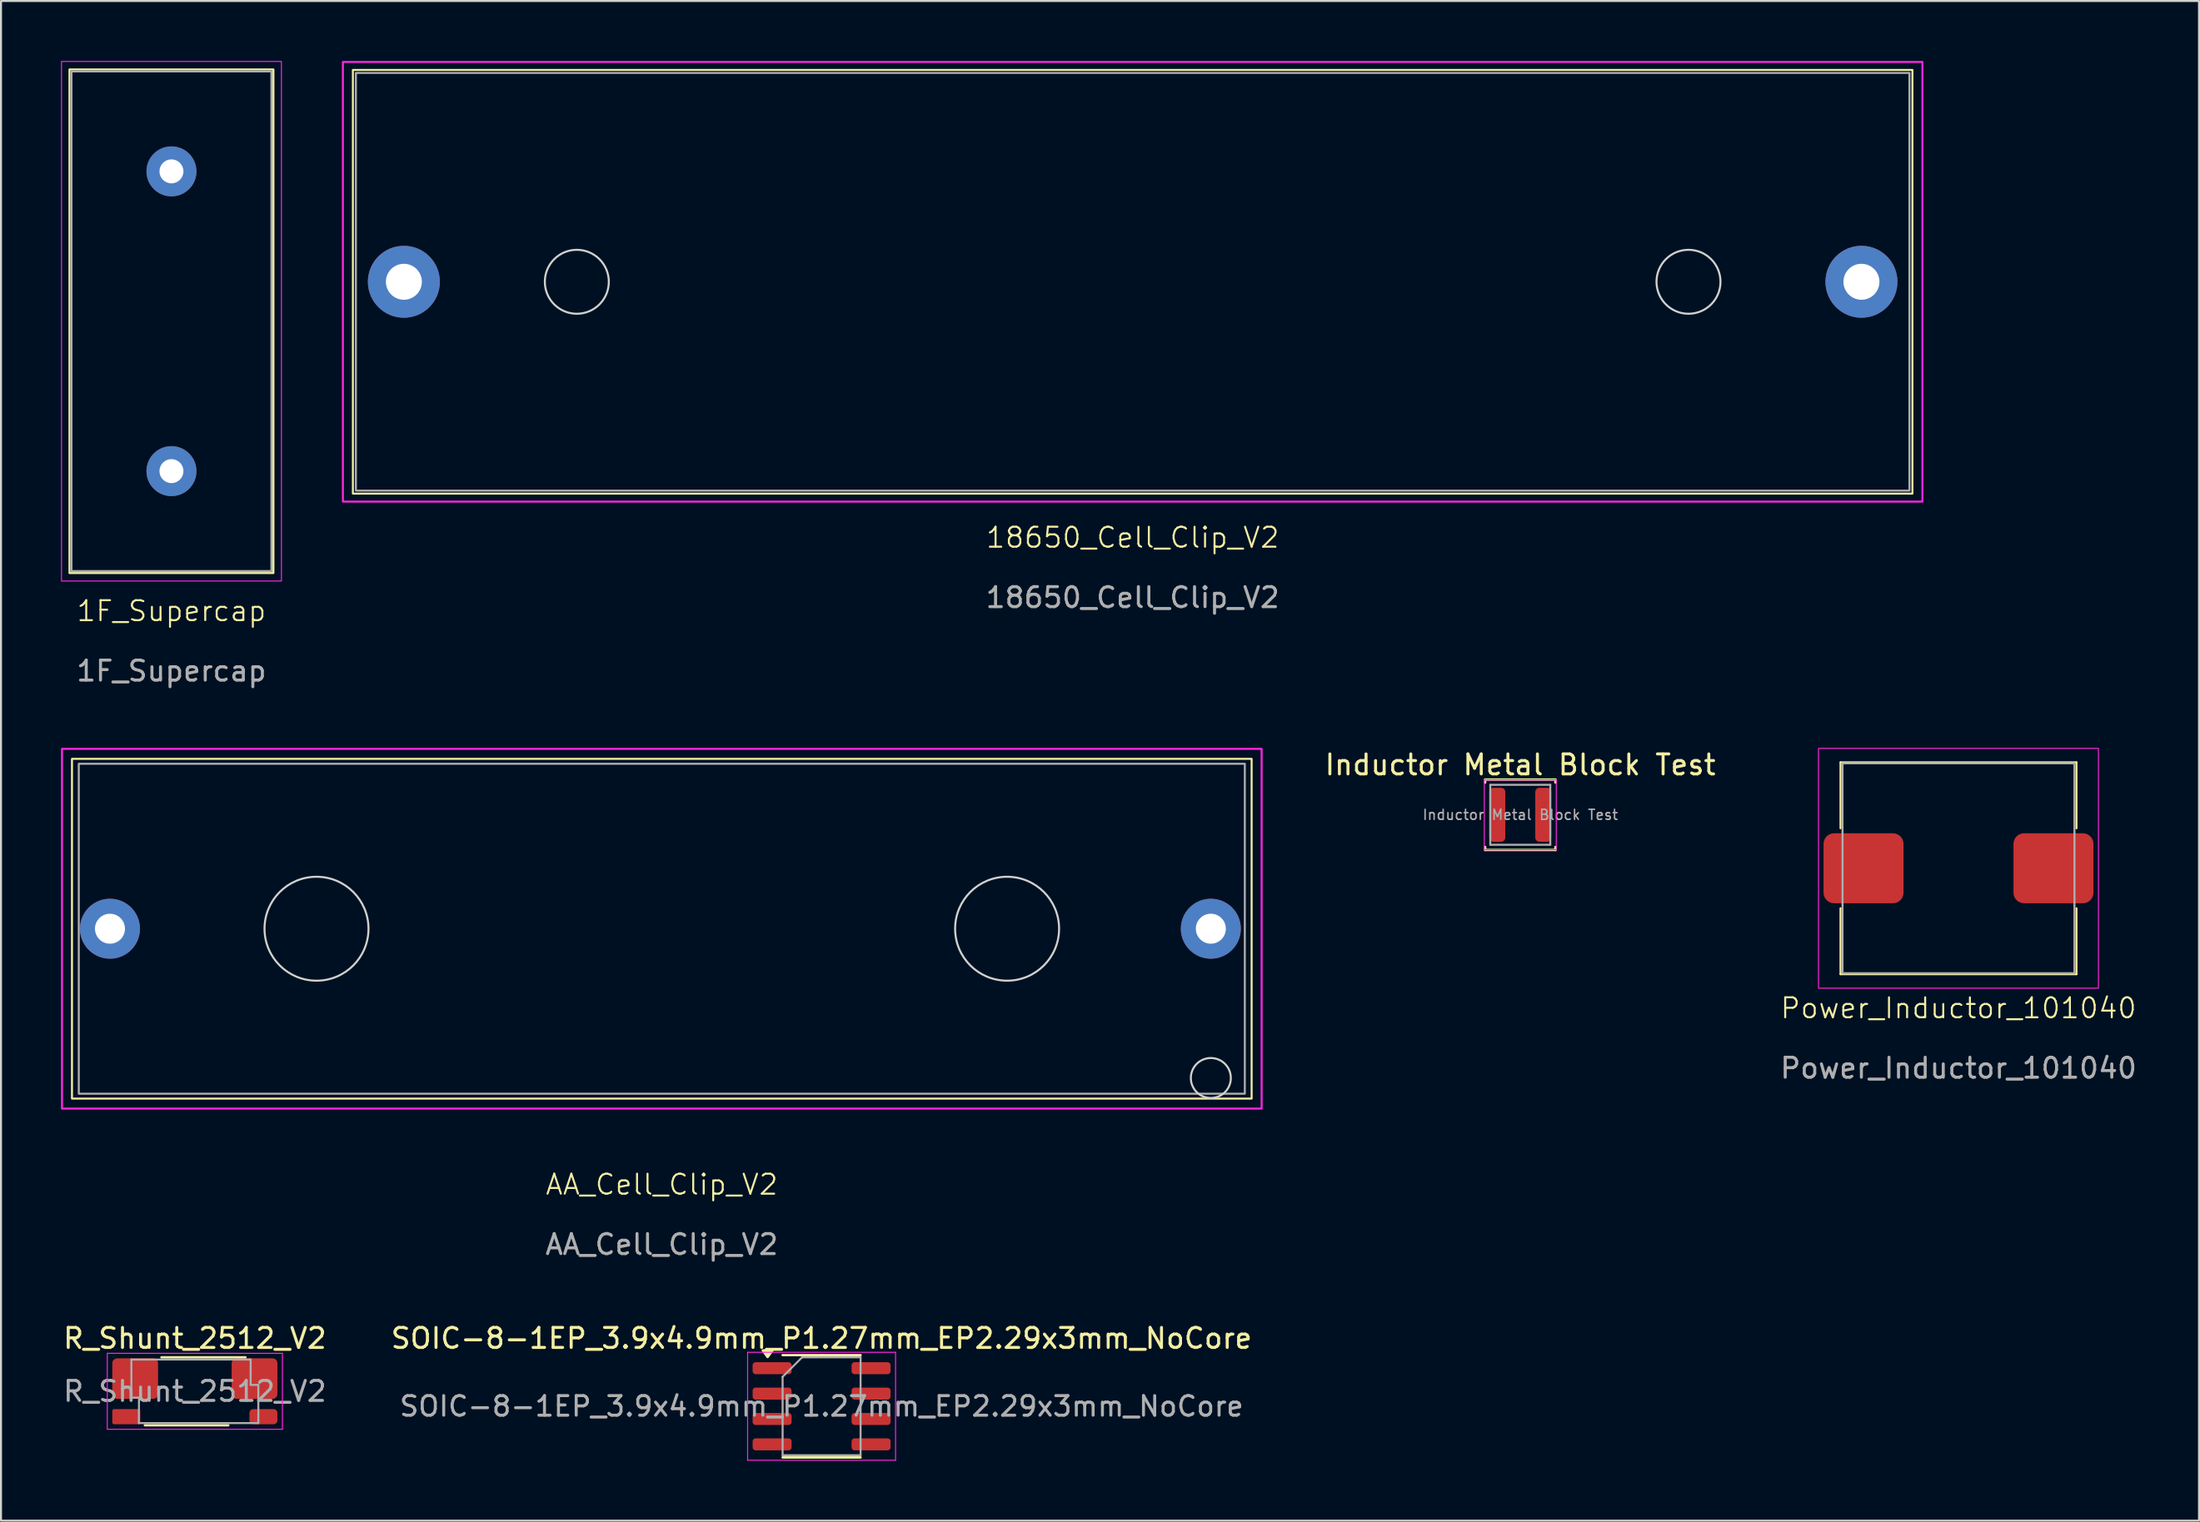
<source format=kicad_pcb>
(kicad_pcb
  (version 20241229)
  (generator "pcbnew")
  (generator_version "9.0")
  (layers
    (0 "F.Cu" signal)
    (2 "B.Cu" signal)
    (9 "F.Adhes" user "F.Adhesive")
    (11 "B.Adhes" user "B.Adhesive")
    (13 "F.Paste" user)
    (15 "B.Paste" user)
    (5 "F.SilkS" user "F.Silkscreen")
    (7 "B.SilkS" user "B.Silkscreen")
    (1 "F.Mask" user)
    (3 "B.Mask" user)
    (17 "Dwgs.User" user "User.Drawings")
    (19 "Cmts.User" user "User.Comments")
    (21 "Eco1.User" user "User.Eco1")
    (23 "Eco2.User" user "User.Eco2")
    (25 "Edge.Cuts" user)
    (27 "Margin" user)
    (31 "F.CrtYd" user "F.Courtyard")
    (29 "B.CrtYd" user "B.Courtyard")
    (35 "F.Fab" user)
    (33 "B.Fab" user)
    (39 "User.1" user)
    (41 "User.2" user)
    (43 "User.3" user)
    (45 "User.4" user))
  (footprint "Inductor Metal Block Test"
    (layer "F.Cu")
    (at 72.987 37.721)
    (property "Reference" "Inductor Metal Block Test" (at 0 -2.5 0) (layer "F.SilkS") (effects (font (size 1 1) (thickness 0.15))))
    (attr smd)
    (fp_line (start -1.76 -1.76) (end -1.76 -1.61) (stroke (width 0.12) (type solid)) (layer "F.SilkS"))
    (fp_line (start -1.76 -1.76) (end 1.76 -1.76) (stroke (width 0.12) (type solid)) (layer "F.SilkS"))
    (fp_line (start -1.76 1.76) (end -1.76 1.61) (stroke (width 0.12) (type solid)) (layer "F.SilkS"))
    (fp_line (start -1.76 1.76) (end 1.76 1.76) (stroke (width 0.12) (type solid)) (layer "F.SilkS"))
    (fp_line (start 1.76 -1.76) (end 1.76 -1.61) (stroke (width 0.12) (type solid)) (layer "F.SilkS"))
    (fp_line (start 1.76 1.76) (end 1.76 1.61) (stroke (width 0.12) (type solid)) (layer "F.SilkS"))
    (fp_line (start -1.8 -1.75) (end -1.8 1.75) (stroke (width 0.05) (type solid)) (layer "F.CrtYd"))
    (fp_line (start -1.8 1.75) (end 1.8 1.75) (stroke (width 0.05) (type solid)) (layer "F.CrtYd"))
    (fp_line (start 1.8 -1.75) (end -1.8 -1.75) (stroke (width 0.05) (type solid)) (layer "F.CrtYd"))
    (fp_line (start 1.8 1.75) (end 1.8 -1.75) (stroke (width 0.05) (type solid)) (layer "F.CrtYd"))
    (fp_line (start -1.5 -1.5) (end -1.5 1.5) (stroke (width 0.1) (type solid)) (layer "F.Fab"))
    (fp_line (start -1.5 1.5) (end 1.5 1.5) (stroke (width 0.1) (type solid)) (layer "F.Fab"))
    (fp_line (start 1.5 -1.5) (end -1.5 -1.5) (stroke (width 0.1) (type solid)) (layer "F.Fab"))
    (fp_line (start 1.5 1.5) (end 1.5 -1.5) (stroke (width 0.1) (type solid)) (layer "F.Fab"))
    (fp_text user "${REFERENCE}" (at 0 0 0) (layer "F.Fab") (effects (font (size 0.5 0.5) (thickness 0.075))))
    (pad "1" smd roundrect (at -1.15 0) (size 0.8 2.7) (layers "F.Cu" "F.Mask" "F.Paste") (roundrect_rratio 0.25))
    (pad "2" smd roundrect (at 1.15 0) (size 0.8 2.7) (layers "F.Cu" "F.Mask" "F.Paste") (roundrect_rratio 0.25)))
  (footprint "SOIC-8-1EP_3.9x4.9mm_P1.27mm_EP2.29x3mm_NoCore"
    (layer "F.Cu")
    (at 38.042 67.32)
    (property "Reference" "SOIC-8-1EP_3.9x4.9mm_P1.27mm_EP2.29x3mm_NoCore" (at 0 -3.4 0) (layer "F.SilkS") (effects (font (size 1 1) (thickness 0.15))))
    (attr smd)
    (fp_line (start 0 -2.56) (end -1.95 -2.56) (stroke (width 0.12) (type solid)) (layer "F.SilkS"))
    (fp_line (start 0 -2.56) (end 1.95 -2.56) (stroke (width 0.12) (type solid)) (layer "F.SilkS"))
    (fp_line (start 0 2.56) (end -1.95 2.56) (stroke (width 0.12) (type solid)) (layer "F.SilkS"))
    (fp_line (start 0 2.56) (end 1.95 2.56) (stroke (width 0.12) (type solid)) (layer "F.SilkS"))
    (fp_poly (pts (xy -2.7 -2.465) (xy -2.94 -2.795) (xy -2.46 -2.795) (xy -2.7 -2.465)) (stroke (width 0.12) (type solid)) (fill yes) (layer "F.SilkS"))
    (fp_line (start -3.7 -2.7) (end -3.7 2.7) (stroke (width 0.05) (type solid)) (layer "F.CrtYd"))
    (fp_line (start -3.7 2.7) (end 3.7 2.7) (stroke (width 0.05) (type solid)) (layer "F.CrtYd"))
    (fp_line (start 3.7 -2.7) (end -3.7 -2.7) (stroke (width 0.05) (type solid)) (layer "F.CrtYd"))
    (fp_line (start 3.7 2.7) (end 3.7 -2.7) (stroke (width 0.05) (type solid)) (layer "F.CrtYd"))
    (fp_line (start -1.95 -1.475) (end -0.975 -2.45) (stroke (width 0.1) (type solid)) (layer "F.Fab"))
    (fp_line (start -1.95 2.45) (end -1.95 -1.475) (stroke (width 0.1) (type solid)) (layer "F.Fab"))
    (fp_line (start -0.975 -2.45) (end 1.95 -2.45) (stroke (width 0.1) (type solid)) (layer "F.Fab"))
    (fp_line (start 1.95 -2.45) (end 1.95 2.45) (stroke (width 0.1) (type solid)) (layer "F.Fab"))
    (fp_line (start 1.95 2.45) (end -1.95 2.45) (stroke (width 0.1) (type solid)) (layer "F.Fab"))
    (fp_text user "${REFERENCE}" (at 0 0 0) (layer "F.Fab") (effects (font (size 0.98 0.98) (thickness 0.15))))
    (pad "1" smd roundrect (at -2.475 -1.905) (size 1.95 0.6) (layers "F.Cu" "F.Mask" "F.Paste") (roundrect_rratio 0.25))
    (pad "2" smd roundrect (at -2.475 -0.635) (size 1.95 0.6) (layers "F.Cu" "F.Mask" "F.Paste") (roundrect_rratio 0.25))
    (pad "3" smd roundrect (at -2.475 0.635) (size 1.95 0.6) (layers "F.Cu" "F.Mask" "F.Paste") (roundrect_rratio 0.25))
    (pad "4" smd roundrect (at -2.475 1.905) (size 1.95 0.6) (layers "F.Cu" "F.Mask" "F.Paste") (roundrect_rratio 0.25))
    (pad "5" smd roundrect (at 2.475 1.905) (size 1.95 0.6) (layers "F.Cu" "F.Mask" "F.Paste") (roundrect_rratio 0.25))
    (pad "6" smd roundrect (at 2.475 0.635) (size 1.95 0.6) (layers "F.Cu" "F.Mask" "F.Paste") (roundrect_rratio 0.25))
    (pad "7" smd roundrect (at 2.475 -0.635) (size 1.95 0.6) (layers "F.Cu" "F.Mask" "F.Paste") (roundrect_rratio 0.25))
    (pad "8" smd roundrect (at 2.475 -1.905) (size 1.95 0.6) (layers "F.Cu" "F.Mask" "F.Paste") (roundrect_rratio 0.25)))
  (footprint "Power_Inductor_101040"
    (layer "F.Cu")
    (at 94.904 40.398)
    (property "Reference" "Power_Inductor_101040" (at 0 7 0) (unlocked yes) (layer "F.SilkS") (effects (font (size 1 1) (thickness 0.1))))
    (attr smd)
    (fp_line (start -5.9 -2) (end -5.9 -5.3) (stroke (width 0.1) (type default)) (layer "F.SilkS"))
    (fp_line (start -5.9 2) (end -5.9 5.3) (stroke (width 0.1) (type default)) (layer "F.SilkS"))
    (fp_line (start -5.9 5.3) (end 5.9 5.3) (stroke (width 0.1) (type default)) (layer "F.SilkS"))
    (fp_line (start 5.9 -5.3) (end -5.9 -5.3) (stroke (width 0.1) (type default)) (layer "F.SilkS"))
    (fp_line (start 5.9 -2) (end 5.9 -5.3) (stroke (width 0.1) (type default)) (layer "F.SilkS"))
    (fp_line (start 5.9 2) (end 5.9 5.3) (stroke (width 0.1) (type default)) (layer "F.SilkS"))
    (fp_rect (start -7 -6) (end 7 6) (stroke (width 0.05) (type solid)) (fill no) (layer "F.CrtYd"))
    (fp_rect (start -5.8 -5.25) (end 5.8 5.25) (stroke (width 0.1) (type solid)) (fill no) (layer "F.Fab"))
    (fp_text user "${REFERENCE}" (at 0 10 0) (unlocked yes) (layer "F.Fab") (effects (font (size 1 1) (thickness 0.15))))
    (pad "1" smd roundrect (at -4.75 0 90) (size 3.5 4) (layers "F.Cu" "F.Mask" "F.Paste") (roundrect_rratio 0.15))
    (pad "2" smd roundrect (at 4.75 0 90) (size 3.5 4) (layers "F.Cu" "F.Mask" "F.Paste") (roundrect_rratio 0.15)))
  (footprint "R_Shunt_2512_V2"
    (layer "F.Cu")
    (at 6.696 66.57)
    (property "Reference" "R_Shunt_2512_V2" (at 0 -2.65 0) (layer "F.SilkS") (effects (font (size 1 1) (thickness 0.15))))
    (attr smd)
    (fp_line (start -2.5 1.7) (end 1.67 1.7) (stroke (width 0.12) (type solid)) (layer "F.SilkS"))
    (fp_line (start -1.67 -1.7) (end 2.53 -1.7) (stroke (width 0.12) (type solid)) (layer "F.SilkS"))
    (fp_line (start -4.38 -1.9) (end 4.38 -1.9) (stroke (width 0.05) (type solid)) (layer "F.CrtYd"))
    (fp_line (start -4.38 1.9) (end -4.38 -1.9) (stroke (width 0.05) (type solid)) (layer "F.CrtYd"))
    (fp_line (start 4.38 -1.9) (end 4.38 1.9) (stroke (width 0.05) (type solid)) (layer "F.CrtYd"))
    (fp_line (start 4.38 1.9) (end -4.38 1.9) (stroke (width 0.05) (type solid)) (layer "F.CrtYd"))
    (fp_line (start -3.175 -1.59) (end 2.79 -1.59) (stroke (width 0.1) (type solid)) (layer "F.Fab"))
    (fp_line (start -3.175 0.32) (end -3.175 -1.59) (stroke (width 0.1) (type solid)) (layer "F.Fab"))
    (fp_line (start -3.175 0.32) (end -2.795 0.32) (stroke (width 0.1) (type solid)) (layer "F.Fab"))
    (fp_line (start -2.8 0.94) (end -2.8 1.59) (stroke (width 0.1) (type solid)) (layer "F.Fab"))
    (fp_line (start -2.795 0.94) (end -2.795 0.32) (stroke (width 0.1) (type solid)) (layer "F.Fab"))
    (fp_line (start 2.79 -0.94) (end 2.79 -1.59) (stroke (width 0.1) (type solid)) (layer "F.Fab"))
    (fp_line (start 2.79 -0.32) (end 2.79 -0.94) (stroke (width 0.1) (type solid)) (layer "F.Fab"))
    (fp_line (start 2.79 -0.32) (end 3.17 -0.32) (stroke (width 0.1) (type solid)) (layer "F.Fab"))
    (fp_line (start 3.175 -0.32) (end 3.175 1.59) (stroke (width 0.1) (type solid)) (layer "F.Fab"))
    (fp_line (start 3.175 1.59) (end -2.8 1.59) (stroke (width 0.1) (type solid)) (layer "F.Fab"))
    (fp_text user "${REFERENCE}" (at 0 0 0) (layer "F.Fab") (effects (font (size 1 1) (thickness 0.15))))
    (pad "1" smd roundrect (at -2.985 -0.635) (size 2.29 2.03) (layers "F.Cu" "F.Mask" "F.Paste") (roundrect_rratio 0.12))
    (pad "2" smd roundrect (at -3.43 1.27) (size 1.4 0.76) (layers "F.Cu" "F.Mask" "F.Paste") (roundrect_rratio 0.12))
    (pad "3" smd roundrect (at 3.43 1.27) (size 1.4 0.76) (layers "F.Cu" "F.Mask" "F.Paste") (roundrect_rratio 0.25))
    (pad "4" smd roundrect (at 2.985 -0.635) (size 2.29 2.03) (layers "F.Cu" "F.Mask" "F.Paste") (roundrect_rratio 0.12)))
  (footprint "18650_Cell_Clip_V2"
    (layer "F.Cu")
    (at 53.6 11.05)
    (property "Reference" "18650_Cell_Clip_V2" (at 0 12.8 0) (unlocked yes) (layer "F.SilkS") (effects (font (size 1 1) (thickness 0.1))))
    (attr smd)
    (fp_rect (start -39 -10.6) (end 39 10.6) (stroke (width 0.1) (type solid)) (fill no) (layer "F.SilkS"))
    (fp_circle (center -27.8 0) (end -26.2 0) (stroke (width 0.1) (type solid)) (fill no) (layer "Edge.Cuts"))
    (fp_circle (center 27.8 0) (end 29.4 0) (stroke (width 0.1) (type solid)) (fill no) (layer "Edge.Cuts"))
    (fp_rect (start -39.5 -11) (end 39.5 11) (stroke (width 0.1) (type solid)) (fill no) (layer "F.CrtYd"))
    (fp_rect (start -38.85 -10.45) (end 38.85 10.45) (stroke (width 0.1) (type solid)) (fill no) (layer "F.Fab"))
    (fp_text user "${REFERENCE}" (at 0 15.8 0) (unlocked yes) (layer "F.Fab") (effects (font (size 1 1) (thickness 0.15))))
    (pad "1" thru_hole circle (at 36.45 0) (size 3.6 3.6) (drill 1.8) (layers "*.Cu" "*.Mask"))
    (pad "2" thru_hole circle (at -36.45 0) (size 3.6 3.6) (drill 1.8) (layers "*.Cu" "*.Mask")))
  (footprint "AA_Cell_Clip_V2"
    (layer "F.Cu")
    (at 30.05 43.423)
    (property "Reference" "AA_Cell_Clip_V2" (at 0 12.8 0) (unlocked yes) (layer "F.SilkS") (effects (font (size 1 1) (thickness 0.1))))
    (attr through_hole)
    (fp_rect (start -29.5 -8.5) (end 29.5 8.5) (stroke (width 0.1) (type solid)) (fill no) (layer "F.SilkS"))
    (fp_circle (center -17.27 0) (end -14.67 0) (stroke (width 0.1) (type solid)) (fill no) (layer "Edge.Cuts"))
    (fp_circle (center 17.27 0) (end 19.87 0) (stroke (width 0.1) (type solid)) (fill no) (layer "Edge.Cuts"))
    (fp_circle (center 27.46 7.47) (end 28.46 7.47) (stroke (width 0.1) (type solid)) (fill no) (layer "Edge.Cuts"))
    (fp_rect (start -30 -9) (end 30 9) (stroke (width 0.1) (type solid)) (fill no) (layer "F.CrtYd"))
    (fp_rect (start -29.16 -8.255) (end 29.16 8.255) (stroke (width 0.1) (type solid)) (fill no) (layer "F.Fab"))
    (fp_text user "${REFERENCE}" (at 0 15.8 0) (unlocked yes) (layer "F.Fab") (effects (font (size 1 1) (thickness 0.15))))
    (pad "1" thru_hole circle (at 27.46 0) (size 3 3) (drill 1.5) (layers "*.Cu" "*.Mask"))
    (pad "2" thru_hole circle (at -27.6 0) (size 3 3) (drill 1.5) (layers "*.Cu" "*.Mask")))
  (footprint "1F_Supercap"
    (layer "F.Cu")
    (at 5.525 13.025)
    (property "Reference" "1F_Supercap" (at 0 14.5 0) (unlocked yes) (layer "F.SilkS") (effects (font (size 1 1) (thickness 0.1))))
    (attr smd)
    (fp_rect (start -5.1 -12.6) (end 5.1 12.6) (stroke (width 0.1) (type default)) (fill no) (layer "F.SilkS"))
    (fp_rect (start -5.5 -13) (end 5.5 13) (stroke (width 0.05) (type default)) (fill no) (layer "F.CrtYd"))
    (fp_rect (start -5 -12.5) (end 5 12.5) (stroke (width 0.1) (type default)) (fill no) (layer "F.Fab"))
    (fp_text user "${REFERENCE}" (at 0 17.5 0) (unlocked yes) (layer "F.Fab") (effects (font (size 1 1) (thickness 0.15))))
    (pad "1" thru_hole circle (at 0 -7.5) (size 2.5 2.5) (drill 1.2) (layers "*.Cu" "*.Mask"))
    (pad "2" thru_hole circle (at 0 7.5) (size 2.5 2.5) (drill 1.2) (layers "*.Cu" "*.Mask")))
  (gr_rect
    (start -3 -3)
    (end 106.933 73.045)
    (stroke (width 0.1) (type default))
    (fill no)
    (layer "Edge.Cuts")))
</source>
